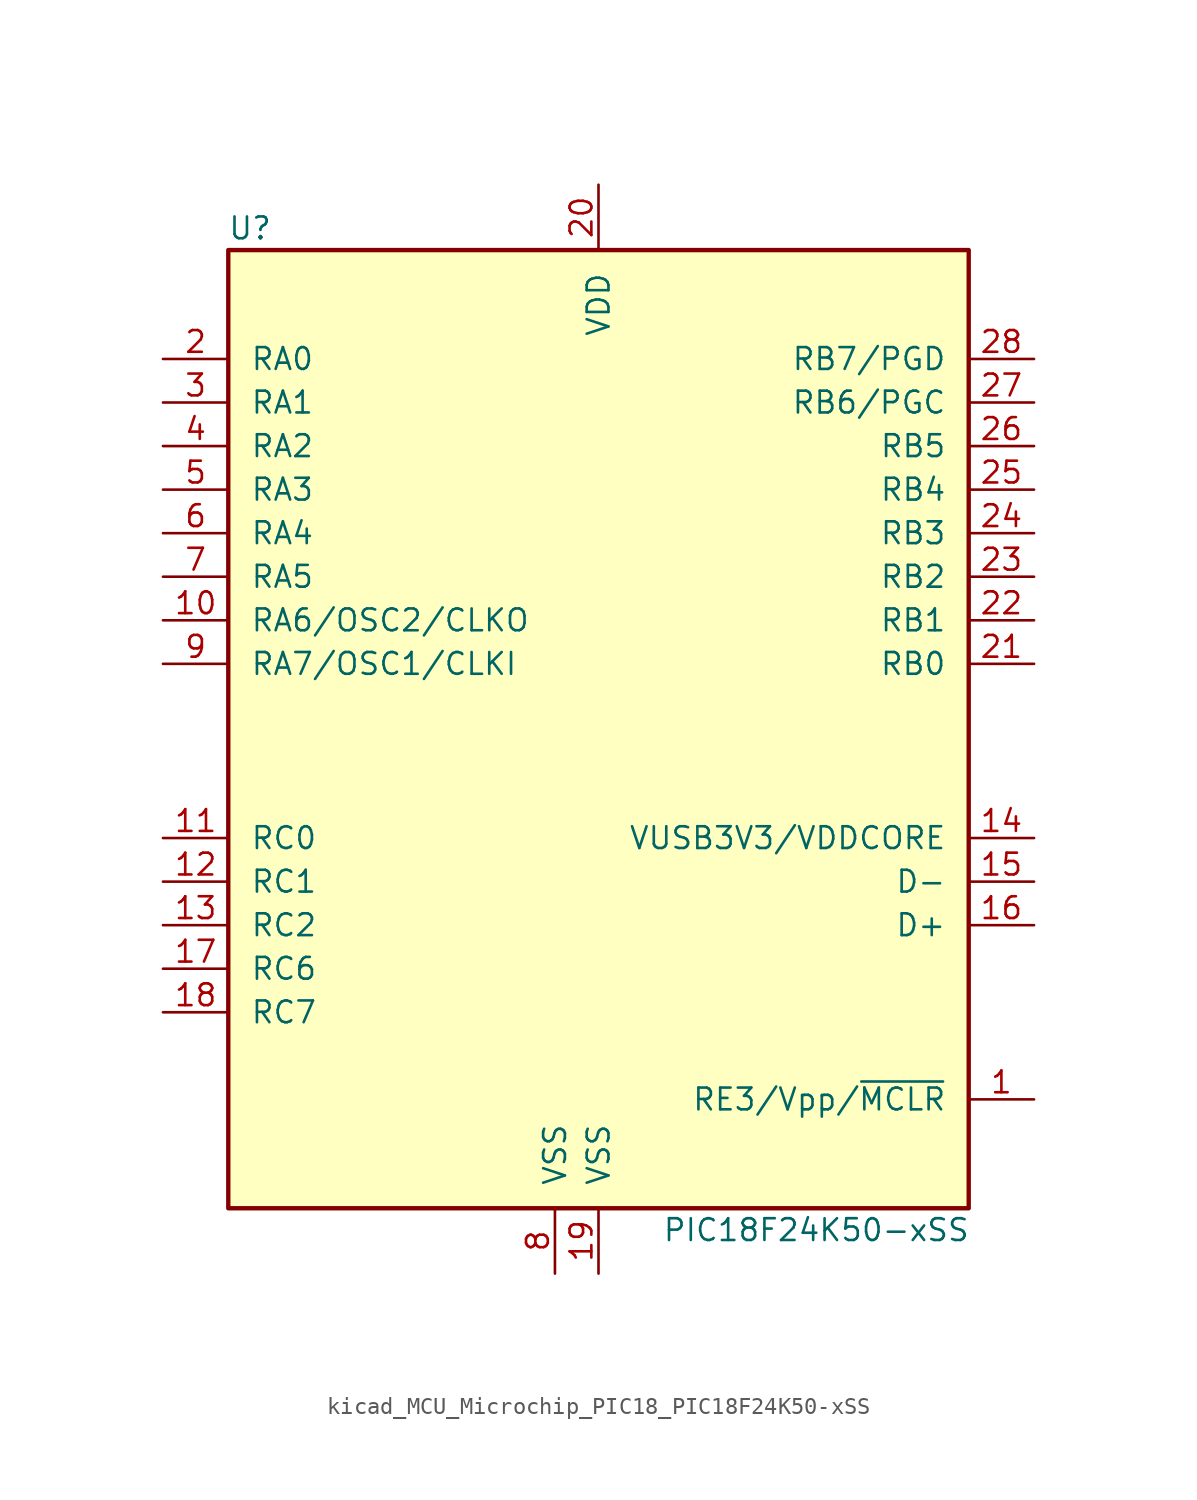
<source format=kicad_sym>
(kicad_symbol_lib
  (version 20220914)
  (generator kicad_symbol_editor)
  (symbol "kicad_MCU_Microchip_PIC18_PIC18F24K50-xSS"
    (pin_names
      (offset 1.27))
    (property "Reference" "U"
      (at -20.32 30.48 0)
      (effects (font (size 1.27 1.27))))
    (property "Value" "PIC18F24K50-xSS"
      (at 12.7 -27.94 0)
      (effects (font (size 1.27 1.27))))
    (symbol "kicad_MCU_Microchip_PIC18_PIC18F24K50-xSS_0_1"
      (rectangle (start -21.59 29.21) (end 21.59 -26.67) (stroke (width 0.254) (type default)) (fill (type background))))
    (symbol "kicad_MCU_Microchip_PIC18_PIC18F24K50-xSS_1_1"
      (pin input line (at 25.4 -20.32 180) (length 3.81) (name "RE3/Vpp/~{MCLR}" (effects (font (size 1.27 1.27)))) (number "1" (effects (font (size 1.27 1.27)))))
      (pin output line (at -25.4 7.62 0) (length 3.81) (name "RA6/OSC2/CLKO" (effects (font (size 1.27 1.27)))) (number "10" (effects (font (size 1.27 1.27)))))
      (pin bidirectional line (at -25.4 -5.08 0) (length 3.81) (name "RC0" (effects (font (size 1.27 1.27)))) (number "11" (effects (font (size 1.27 1.27)))))
      (pin bidirectional line (at -25.4 -7.62 0) (length 3.81) (name "RC1" (effects (font (size 1.27 1.27)))) (number "12" (effects (font (size 1.27 1.27)))))
      (pin bidirectional line (at -25.4 -10.16 0) (length 3.81) (name "RC2" (effects (font (size 1.27 1.27)))) (number "13" (effects (font (size 1.27 1.27)))))
      (pin bidirectional line (at 25.4 -5.08 180) (length 3.81) (name "VUSB3V3/VDDCORE" (effects (font (size 1.27 1.27)))) (number "14" (effects (font (size 1.27 1.27)))))
      (pin bidirectional line (at 25.4 -7.62 180) (length 3.81) (name "D-" (effects (font (size 1.27 1.27)))) (number "15" (effects (font (size 1.27 1.27)))))
      (pin bidirectional line (at 25.4 -10.16 180) (length 3.81) (name "D+" (effects (font (size 1.27 1.27)))) (number "16" (effects (font (size 1.27 1.27)))))
      (pin bidirectional line (at -25.4 -12.7 0) (length 3.81) (name "RC6" (effects (font (size 1.27 1.27)))) (number "17" (effects (font (size 1.27 1.27)))))
      (pin bidirectional line (at -25.4 -15.24 0) (length 3.81) (name "RC7" (effects (font (size 1.27 1.27)))) (number "18" (effects (font (size 1.27 1.27)))))
      (pin power_in line (at 0 -30.48 90) (length 3.81) (name "VSS" (effects (font (size 1.27 1.27)))) (number "19" (effects (font (size 1.27 1.27)))))
      (pin bidirectional line (at -25.4 22.86 0) (length 3.81) (name "RA0" (effects (font (size 1.27 1.27)))) (number "2" (effects (font (size 1.27 1.27)))))
      (pin power_in line (at 0 33.02 270) (length 3.81) (name "VDD" (effects (font (size 1.27 1.27)))) (number "20" (effects (font (size 1.27 1.27)))))
      (pin bidirectional line (at 25.4 5.08 180) (length 3.81) (name "RB0" (effects (font (size 1.27 1.27)))) (number "21" (effects (font (size 1.27 1.27)))))
      (pin bidirectional line (at 25.4 7.62 180) (length 3.81) (name "RB1" (effects (font (size 1.27 1.27)))) (number "22" (effects (font (size 1.27 1.27)))))
      (pin bidirectional line (at 25.4 10.16 180) (length 3.81) (name "RB2" (effects (font (size 1.27 1.27)))) (number "23" (effects (font (size 1.27 1.27)))))
      (pin bidirectional line (at 25.4 12.7 180) (length 3.81) (name "RB3" (effects (font (size 1.27 1.27)))) (number "24" (effects (font (size 1.27 1.27)))))
      (pin bidirectional line (at 25.4 15.24 180) (length 3.81) (name "RB4" (effects (font (size 1.27 1.27)))) (number "25" (effects (font (size 1.27 1.27)))))
      (pin bidirectional line (at 25.4 17.78 180) (length 3.81) (name "RB5" (effects (font (size 1.27 1.27)))) (number "26" (effects (font (size 1.27 1.27)))))
      (pin bidirectional line (at 25.4 20.32 180) (length 3.81) (name "RB6/PGC" (effects (font (size 1.27 1.27)))) (number "27" (effects (font (size 1.27 1.27)))))
      (pin bidirectional line (at 25.4 22.86 180) (length 3.81) (name "RB7/PGD" (effects (font (size 1.27 1.27)))) (number "28" (effects (font (size 1.27 1.27)))))
      (pin bidirectional line (at -25.4 20.32 0) (length 3.81) (name "RA1" (effects (font (size 1.27 1.27)))) (number "3" (effects (font (size 1.27 1.27)))))
      (pin bidirectional line (at -25.4 17.78 0) (length 3.81) (name "RA2" (effects (font (size 1.27 1.27)))) (number "4" (effects (font (size 1.27 1.27)))))
      (pin bidirectional line (at -25.4 15.24 0) (length 3.81) (name "RA3" (effects (font (size 1.27 1.27)))) (number "5" (effects (font (size 1.27 1.27)))))
      (pin bidirectional line (at -25.4 12.7 0) (length 3.81) (name "RA4" (effects (font (size 1.27 1.27)))) (number "6" (effects (font (size 1.27 1.27)))))
      (pin bidirectional line (at -25.4 10.16 0) (length 3.81) (name "RA5" (effects (font (size 1.27 1.27)))) (number "7" (effects (font (size 1.27 1.27)))))
      (pin power_in line (at -2.54 -30.48 90) (length 3.81) (name "VSS" (effects (font (size 1.27 1.27)))) (number "8" (effects (font (size 1.27 1.27)))))
      (pin input line (at -25.4 5.08 0) (length 3.81) (name "RA7/OSC1/CLKI" (effects (font (size 1.27 1.27)))) (number "9" (effects (font (size 1.27 1.27))))))))
</source>
